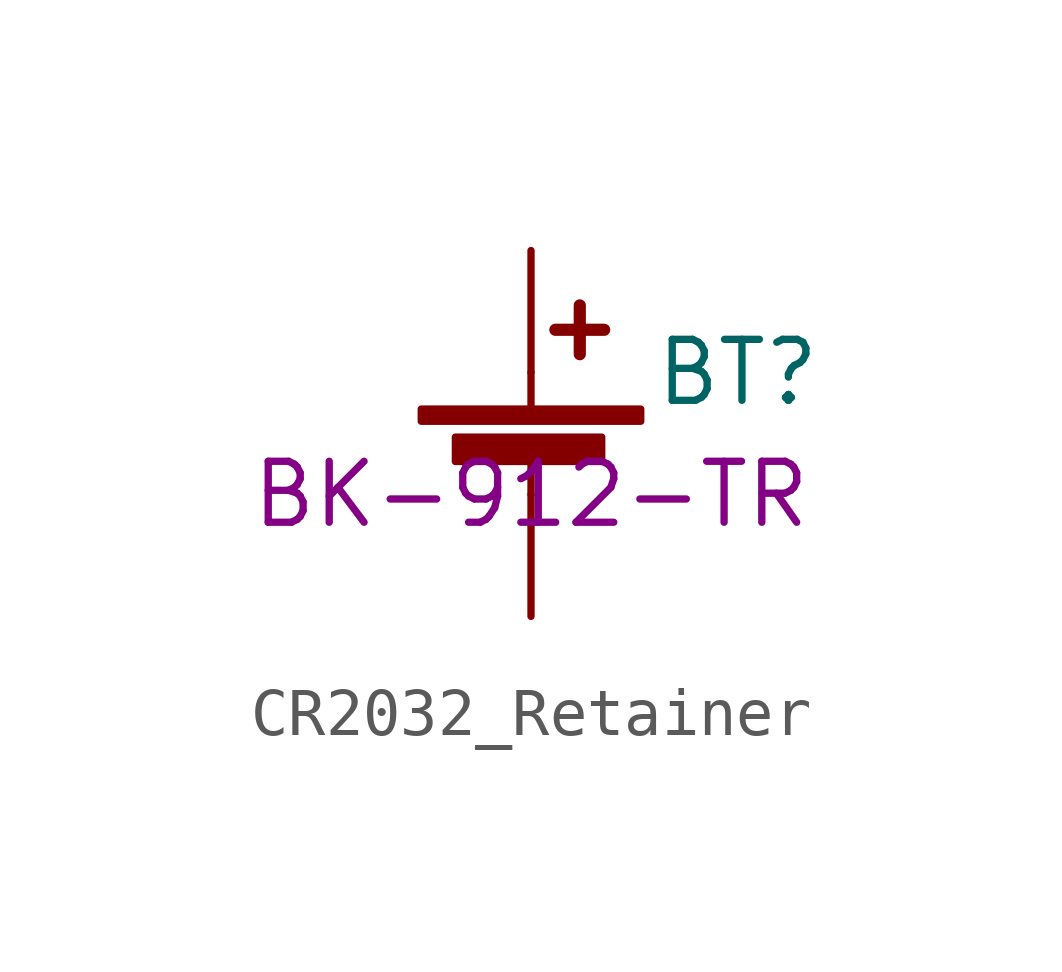
<source format=kicad_sym>
(kicad_symbol_lib
  (version 20211014)
  (generator kicad_symbol_editor)
  (symbol "CR2032_Retainer"
    (pin_numbers hide)
    (pin_names
      (offset 0) hide)
    (property "Reference" "BT"
      (at 2.54 2.54 0)
      (effects (font (size 1.27 1.27)) (justify left)))
    (property "Manufacturer Part Number" "BK-912-TR"
      (at 0 0 0)
      (effects (font (size 1.27 1.27))))
    (symbol "CR2032_Retainer_0_1"
      (rectangle (start -2.286 1.778) (end 2.286 1.524) (stroke (width 0) (type default) (color 0 0 0 0)) (fill (type outline)))
      (rectangle (start -1.575 1.194) (end 1.473 0.686) (stroke (width 0) (type default) (color 0 0 0 0)) (fill (type outline)))
      (polyline (pts (xy 0 0.762) (xy 0 0)) (stroke (width 0) (type default) (color 0 0 0 0)) (fill (type none)))
      (polyline (pts (xy 0 1.778) (xy 0 2.54)) (stroke (width 0) (type default) (color 0 0 0 0)) (fill (type none)))
      (polyline (pts (xy 0.508 3.429) (xy 1.524 3.429)) (stroke (width 0.254) (type default) (color 0 0 0 0)) (fill (type none)))
      (polyline (pts (xy 1.016 3.937) (xy 1.016 2.921)) (stroke (width 0.254) (type default) (color 0 0 0 0)) (fill (type none))))
    (symbol "CR2032_Retainer_1_1"
      (pin passive line (at 0 5.08 270) (length 2.54) (name "+" (effects (font (size 1.27 1.27)))) (number "1" (effects (font (size 1.27 1.27)))))
      (pin passive line (at 0 -2.54 90) (length 2.54) (name "-" (effects (font (size 1.27 1.27)))) (number "2" (effects (font (size 1.27 1.27))))))))
</source>
